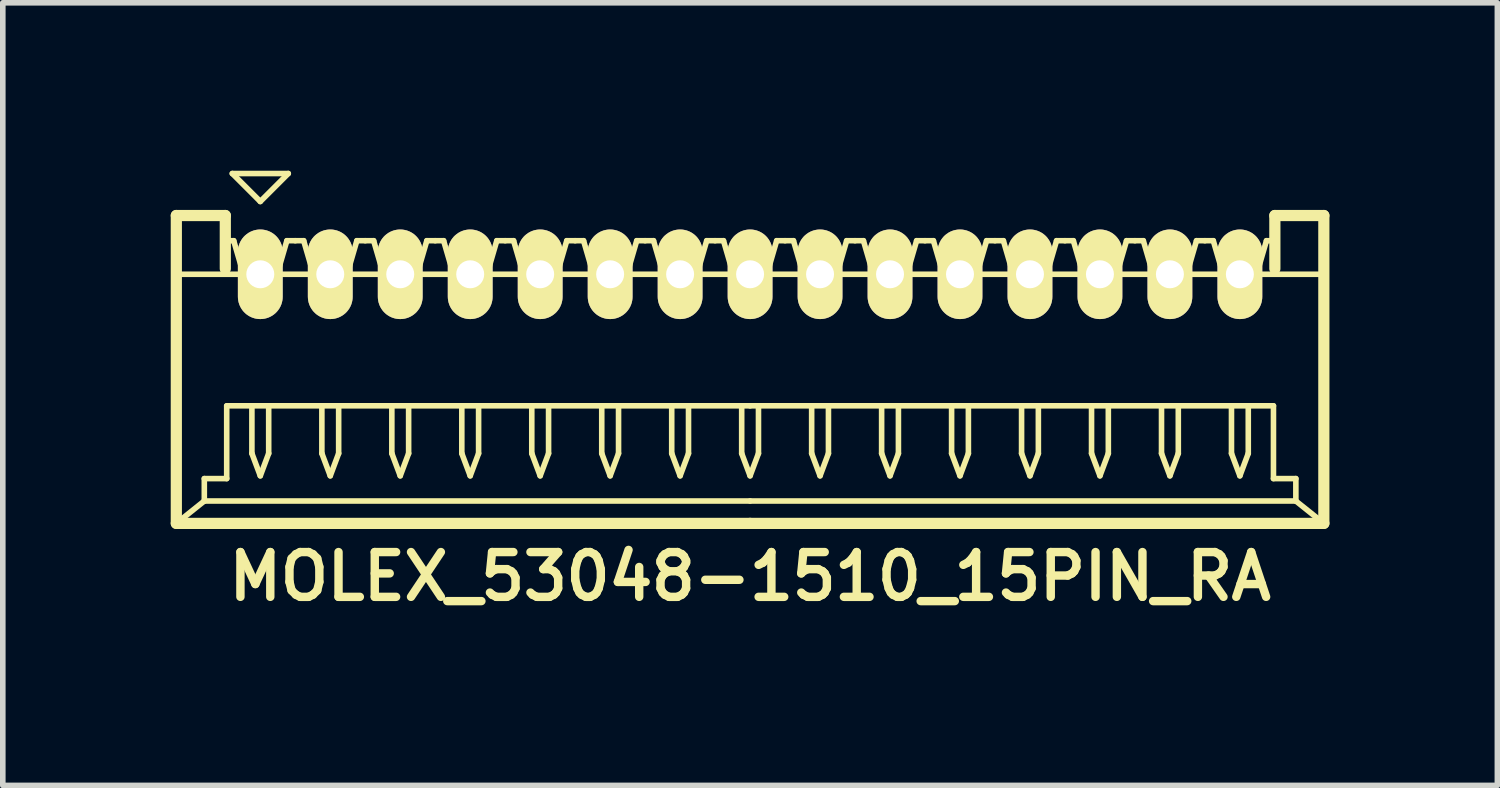
<source format=kicad_pcb>
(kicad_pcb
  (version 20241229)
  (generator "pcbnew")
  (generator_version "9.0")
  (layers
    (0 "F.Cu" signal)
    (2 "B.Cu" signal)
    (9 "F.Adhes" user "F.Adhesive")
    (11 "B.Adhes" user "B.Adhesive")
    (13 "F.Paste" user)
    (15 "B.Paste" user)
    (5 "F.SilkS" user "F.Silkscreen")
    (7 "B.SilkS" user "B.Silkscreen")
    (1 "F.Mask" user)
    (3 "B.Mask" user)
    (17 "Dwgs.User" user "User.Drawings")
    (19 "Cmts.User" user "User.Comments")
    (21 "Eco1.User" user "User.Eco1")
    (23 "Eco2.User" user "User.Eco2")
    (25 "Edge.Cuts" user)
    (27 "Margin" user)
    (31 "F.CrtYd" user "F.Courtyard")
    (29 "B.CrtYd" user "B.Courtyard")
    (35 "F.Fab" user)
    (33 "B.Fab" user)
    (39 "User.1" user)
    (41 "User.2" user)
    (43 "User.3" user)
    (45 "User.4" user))
  (footprint "MOLEX_53048-1510_15PIN_RA"
    (layer "F.Cu")
    (at 10.35 3.55)
    (property "Reference" "MOLEX_53048-1510_15PIN_RA" (at 0 3.7 0) (layer "F.SilkS") (effects (font (size 0.8 0.8) (thickness 0.15))))
    (attr through_hole)
    (fp_line (start -10.25 -2.75) (end -9.375 -2.75) (stroke (width 0.2) (type solid)) (layer "F.SilkS"))
    (fp_line (start -10.25 -1.7) (end 10.25 -1.7) (stroke (width 0.1) (type solid)) (layer "F.SilkS"))
    (fp_line (start -10.25 2.75) (end -10.25 -2.75) (stroke (width 0.2) (type solid)) (layer "F.SilkS"))
    (fp_line (start -9.75 1.95) (end -9.75 2.35) (stroke (width 0.1) (type solid)) (layer "F.SilkS"))
    (fp_line (start -9.75 2.35) (end -10.25 2.75) (stroke (width 0.1) (type solid)) (layer "F.SilkS"))
    (fp_line (start -9.75 2.35) (end 0 2.35) (stroke (width 0.1) (type solid)) (layer "F.SilkS"))
    (fp_line (start -9.375 -2.75) (end -9.375 -1.8) (stroke (width 0.2) (type solid)) (layer "F.SilkS"))
    (fp_line (start -9.375 -2.3) (end -9.225 -2.3) (stroke (width 0.1) (type solid)) (layer "F.SilkS"))
    (fp_line (start -9.35 0.65) (end -9.35 1.95) (stroke (width 0.1) (type solid)) (layer "F.SilkS"))
    (fp_line (start -9.35 1.95) (end -9.75 1.95) (stroke (width 0.1) (type solid)) (layer "F.SilkS"))
    (fp_line (start -9.25 -3.5) (end -8.75 -3) (stroke (width 0.1) (type solid)) (layer "F.SilkS"))
    (fp_line (start -9.225 -2.3) (end -9.05 -1.7) (stroke (width 0.1) (type solid)) (layer "F.SilkS"))
    (fp_line (start -9.05 -1.7) (end -8.45 -1.7) (stroke (width 0.1) (type solid)) (layer "F.SilkS"))
    (fp_line (start -8.9 0.65) (end -8.9 1.5) (stroke (width 0.1) (type solid)) (layer "F.SilkS"))
    (fp_line (start -8.9 1.5) (end -8.75 1.9) (stroke (width 0.1) (type solid)) (layer "F.SilkS"))
    (fp_line (start -8.75 -3) (end -8.25 -3.5) (stroke (width 0.1) (type solid)) (layer "F.SilkS"))
    (fp_line (start -8.75 1.9) (end -8.6 1.5) (stroke (width 0.1) (type solid)) (layer "F.SilkS"))
    (fp_line (start -8.6 1.5) (end -8.6 0.65) (stroke (width 0.1) (type solid)) (layer "F.SilkS"))
    (fp_line (start -8.45 -1.7) (end -8.275 -2.3) (stroke (width 0.1) (type solid)) (layer "F.SilkS"))
    (fp_line (start -8.275 -2.3) (end -8.125 -2.3) (stroke (width 0.1) (type solid)) (layer "F.SilkS"))
    (fp_line (start -8.25 -3.5) (end -9.25 -3.5) (stroke (width 0.1) (type solid)) (layer "F.SilkS"))
    (fp_line (start -8.125 -2.3) (end -7.975 -2.3) (stroke (width 0.1) (type solid)) (layer "F.SilkS"))
    (fp_line (start -7.975 -2.3) (end -7.8 -1.7) (stroke (width 0.1) (type solid)) (layer "F.SilkS"))
    (fp_line (start -7.8 -1.7) (end -7.2 -1.7) (stroke (width 0.1) (type solid)) (layer "F.SilkS"))
    (fp_line (start -7.65 0.65) (end -7.65 1.5) (stroke (width 0.1) (type solid)) (layer "F.SilkS"))
    (fp_line (start -7.65 1.5) (end -7.5 1.9) (stroke (width 0.1) (type solid)) (layer "F.SilkS"))
    (fp_line (start -7.5 1.9) (end -7.35 1.5) (stroke (width 0.1) (type solid)) (layer "F.SilkS"))
    (fp_line (start -7.35 1.5) (end -7.35 0.65) (stroke (width 0.1) (type solid)) (layer "F.SilkS"))
    (fp_line (start -7.2 -1.7) (end -7.025 -2.3) (stroke (width 0.1) (type solid)) (layer "F.SilkS"))
    (fp_line (start -7.025 -2.3) (end -6.875 -2.3) (stroke (width 0.1) (type solid)) (layer "F.SilkS"))
    (fp_line (start -6.875 -2.3) (end -6.725 -2.3) (stroke (width 0.1) (type solid)) (layer "F.SilkS"))
    (fp_line (start -6.725 -2.3) (end -6.55 -1.7) (stroke (width 0.1) (type solid)) (layer "F.SilkS"))
    (fp_line (start -6.55 -1.7) (end -5.95 -1.7) (stroke (width 0.1) (type solid)) (layer "F.SilkS"))
    (fp_line (start -6.4 0.65) (end -6.4 1.5) (stroke (width 0.1) (type solid)) (layer "F.SilkS"))
    (fp_line (start -6.4 1.5) (end -6.25 1.9) (stroke (width 0.1) (type solid)) (layer "F.SilkS"))
    (fp_line (start -6.25 1.9) (end -6.1 1.5) (stroke (width 0.1) (type solid)) (layer "F.SilkS"))
    (fp_line (start -6.1 1.5) (end -6.1 0.65) (stroke (width 0.1) (type solid)) (layer "F.SilkS"))
    (fp_line (start -5.95 -1.7) (end -5.775 -2.3) (stroke (width 0.1) (type solid)) (layer "F.SilkS"))
    (fp_line (start -5.775 -2.3) (end -5.625 -2.3) (stroke (width 0.1) (type solid)) (layer "F.SilkS"))
    (fp_line (start -5.625 -2.3) (end -5.475 -2.3) (stroke (width 0.1) (type solid)) (layer "F.SilkS"))
    (fp_line (start -5.475 -2.3) (end -5.3 -1.7) (stroke (width 0.1) (type solid)) (layer "F.SilkS"))
    (fp_line (start -5.3 -1.7) (end -4.7 -1.7) (stroke (width 0.1) (type solid)) (layer "F.SilkS"))
    (fp_line (start -5.15 0.65) (end -5.15 1.5) (stroke (width 0.1) (type solid)) (layer "F.SilkS"))
    (fp_line (start -5.15 1.5) (end -5 1.9) (stroke (width 0.1) (type solid)) (layer "F.SilkS"))
    (fp_line (start -5 1.9) (end -4.85 1.5) (stroke (width 0.1) (type solid)) (layer "F.SilkS"))
    (fp_line (start -4.85 1.5) (end -4.85 0.65) (stroke (width 0.1) (type solid)) (layer "F.SilkS"))
    (fp_line (start -4.7 -1.7) (end -4.525 -2.3) (stroke (width 0.1) (type solid)) (layer "F.SilkS"))
    (fp_line (start -4.525 -2.3) (end -4.375 -2.3) (stroke (width 0.1) (type solid)) (layer "F.SilkS"))
    (fp_line (start -4.375 -2.3) (end -4.225 -2.3) (stroke (width 0.1) (type solid)) (layer "F.SilkS"))
    (fp_line (start -4.225 -2.3) (end -4.05 -1.7) (stroke (width 0.1) (type solid)) (layer "F.SilkS"))
    (fp_line (start -4.05 -1.7) (end -3.45 -1.7) (stroke (width 0.1) (type solid)) (layer "F.SilkS"))
    (fp_line (start -3.9 0.65) (end -3.9 1.5) (stroke (width 0.1) (type solid)) (layer "F.SilkS"))
    (fp_line (start -3.9 1.5) (end -3.75 1.9) (stroke (width 0.1) (type solid)) (layer "F.SilkS"))
    (fp_line (start -3.75 1.9) (end -3.6 1.5) (stroke (width 0.1) (type solid)) (layer "F.SilkS"))
    (fp_line (start -3.6 1.5) (end -3.6 0.65) (stroke (width 0.1) (type solid)) (layer "F.SilkS"))
    (fp_line (start -3.45 -1.7) (end -3.275 -2.3) (stroke (width 0.1) (type solid)) (layer "F.SilkS"))
    (fp_line (start -3.275 -2.3) (end -3.125 -2.3) (stroke (width 0.1) (type solid)) (layer "F.SilkS"))
    (fp_line (start -3.125 -2.3) (end -2.975 -2.3) (stroke (width 0.1) (type solid)) (layer "F.SilkS"))
    (fp_line (start -2.975 -2.3) (end -2.8 -1.7) (stroke (width 0.1) (type solid)) (layer "F.SilkS"))
    (fp_line (start -2.8 -1.7) (end -2.2 -1.7) (stroke (width 0.1) (type solid)) (layer "F.SilkS"))
    (fp_line (start -2.65 0.65) (end -2.65 1.5) (stroke (width 0.1) (type solid)) (layer "F.SilkS"))
    (fp_line (start -2.65 1.5) (end -2.5 1.9) (stroke (width 0.1) (type solid)) (layer "F.SilkS"))
    (fp_line (start -2.5 1.9) (end -2.35 1.5) (stroke (width 0.1) (type solid)) (layer "F.SilkS"))
    (fp_line (start -2.35 1.5) (end -2.35 0.65) (stroke (width 0.1) (type solid)) (layer "F.SilkS"))
    (fp_line (start -2.2 -1.7) (end -2.025 -2.3) (stroke (width 0.1) (type solid)) (layer "F.SilkS"))
    (fp_line (start -2.025 -2.3) (end -1.875 -2.3) (stroke (width 0.1) (type solid)) (layer "F.SilkS"))
    (fp_line (start -1.875 -2.3) (end -1.725 -2.3) (stroke (width 0.1) (type solid)) (layer "F.SilkS"))
    (fp_line (start -1.725 -2.3) (end -1.55 -1.7) (stroke (width 0.1) (type solid)) (layer "F.SilkS"))
    (fp_line (start -1.55 -1.7) (end -0.95 -1.7) (stroke (width 0.1) (type solid)) (layer "F.SilkS"))
    (fp_line (start -1.4 0.65) (end -1.4 1.5) (stroke (width 0.1) (type solid)) (layer "F.SilkS"))
    (fp_line (start -1.4 1.5) (end -1.25 1.9) (stroke (width 0.1) (type solid)) (layer "F.SilkS"))
    (fp_line (start -1.25 1.9) (end -1.1 1.5) (stroke (width 0.1) (type solid)) (layer "F.SilkS"))
    (fp_line (start -1.1 1.5) (end -1.1 0.65) (stroke (width 0.1) (type solid)) (layer "F.SilkS"))
    (fp_line (start -0.95 -1.7) (end -0.775 -2.3) (stroke (width 0.1) (type solid)) (layer "F.SilkS"))
    (fp_line (start -0.775 -2.3) (end -0.625 -2.3) (stroke (width 0.1) (type solid)) (layer "F.SilkS"))
    (fp_line (start -0.625 -2.3) (end -0.475 -2.3) (stroke (width 0.1) (type solid)) (layer "F.SilkS"))
    (fp_line (start -0.475 -2.3) (end -0.3 -1.7) (stroke (width 0.1) (type solid)) (layer "F.SilkS"))
    (fp_line (start -0.3 -1.7) (end 0.3 -1.7) (stroke (width 0.1) (type solid)) (layer "F.SilkS"))
    (fp_line (start -0.15 0.65) (end -0.15 1.5) (stroke (width 0.1) (type solid)) (layer "F.SilkS"))
    (fp_line (start -0.15 1.5) (end 0 1.9) (stroke (width 0.1) (type solid)) (layer "F.SilkS"))
    (fp_line (start 0 0.65) (end -9.35 0.65) (stroke (width 0.1) (type solid)) (layer "F.SilkS"))
    (fp_line (start 0 0.65) (end 9.35 0.65) (stroke (width 0.1) (type solid)) (layer "F.SilkS"))
    (fp_line (start 0 1.9) (end 0.15 1.5) (stroke (width 0.1) (type solid)) (layer "F.SilkS"))
    (fp_line (start 0 2.75) (end -10.25 2.75) (stroke (width 0.2) (type solid)) (layer "F.SilkS"))
    (fp_line (start 0 2.75) (end 10.25 2.75) (stroke (width 0.2) (type solid)) (layer "F.SilkS"))
    (fp_line (start 0.15 1.5) (end 0.15 0.65) (stroke (width 0.1) (type solid)) (layer "F.SilkS"))
    (fp_line (start 0.3 -1.7) (end 0.475 -2.3) (stroke (width 0.1) (type solid)) (layer "F.SilkS"))
    (fp_line (start 0.475 -2.3) (end 0.625 -2.3) (stroke (width 0.1) (type solid)) (layer "F.SilkS"))
    (fp_line (start 0.625 -2.3) (end 0.775 -2.3) (stroke (width 0.1) (type solid)) (layer "F.SilkS"))
    (fp_line (start 0.775 -2.3) (end 0.95 -1.7) (stroke (width 0.1) (type solid)) (layer "F.SilkS"))
    (fp_line (start 0.95 -1.7) (end 1.55 -1.7) (stroke (width 0.1) (type solid)) (layer "F.SilkS"))
    (fp_line (start 1.1 0.65) (end 1.1 1.5) (stroke (width 0.1) (type solid)) (layer "F.SilkS"))
    (fp_line (start 1.1 1.5) (end 1.25 1.9) (stroke (width 0.1) (type solid)) (layer "F.SilkS"))
    (fp_line (start 1.25 1.9) (end 1.4 1.5) (stroke (width 0.1) (type solid)) (layer "F.SilkS"))
    (fp_line (start 1.4 1.5) (end 1.4 0.65) (stroke (width 0.1) (type solid)) (layer "F.SilkS"))
    (fp_line (start 1.55 -1.7) (end 1.725 -2.3) (stroke (width 0.1) (type solid)) (layer "F.SilkS"))
    (fp_line (start 1.725 -2.3) (end 1.875 -2.3) (stroke (width 0.1) (type solid)) (layer "F.SilkS"))
    (fp_line (start 1.875 -2.3) (end 2.025 -2.3) (stroke (width 0.1) (type solid)) (layer "F.SilkS"))
    (fp_line (start 2.025 -2.3) (end 2.2 -1.7) (stroke (width 0.1) (type solid)) (layer "F.SilkS"))
    (fp_line (start 2.2 -1.7) (end 2.8 -1.7) (stroke (width 0.1) (type solid)) (layer "F.SilkS"))
    (fp_line (start 2.35 0.65) (end 2.35 1.5) (stroke (width 0.1) (type solid)) (layer "F.SilkS"))
    (fp_line (start 2.35 1.5) (end 2.5 1.9) (stroke (width 0.1) (type solid)) (layer "F.SilkS"))
    (fp_line (start 2.5 1.9) (end 2.65 1.5) (stroke (width 0.1) (type solid)) (layer "F.SilkS"))
    (fp_line (start 2.65 1.5) (end 2.65 0.65) (stroke (width 0.1) (type solid)) (layer "F.SilkS"))
    (fp_line (start 2.8 -1.7) (end 2.975 -2.3) (stroke (width 0.1) (type solid)) (layer "F.SilkS"))
    (fp_line (start 2.975 -2.3) (end 3.125 -2.3) (stroke (width 0.1) (type solid)) (layer "F.SilkS"))
    (fp_line (start 3.125 -2.3) (end 3.275 -2.3) (stroke (width 0.1) (type solid)) (layer "F.SilkS"))
    (fp_line (start 3.275 -2.3) (end 3.45 -1.7) (stroke (width 0.1) (type solid)) (layer "F.SilkS"))
    (fp_line (start 3.45 -1.7) (end 4.05 -1.7) (stroke (width 0.1) (type solid)) (layer "F.SilkS"))
    (fp_line (start 3.6 0.65) (end 3.6 1.5) (stroke (width 0.1) (type solid)) (layer "F.SilkS"))
    (fp_line (start 3.6 1.5) (end 3.75 1.9) (stroke (width 0.1) (type solid)) (layer "F.SilkS"))
    (fp_line (start 3.75 1.9) (end 3.9 1.5) (stroke (width 0.1) (type solid)) (layer "F.SilkS"))
    (fp_line (start 3.9 1.5) (end 3.9 0.65) (stroke (width 0.1) (type solid)) (layer "F.SilkS"))
    (fp_line (start 4.05 -1.7) (end 4.225 -2.3) (stroke (width 0.1) (type solid)) (layer "F.SilkS"))
    (fp_line (start 4.225 -2.3) (end 4.375 -2.3) (stroke (width 0.1) (type solid)) (layer "F.SilkS"))
    (fp_line (start 4.375 -2.3) (end 4.525 -2.3) (stroke (width 0.1) (type solid)) (layer "F.SilkS"))
    (fp_line (start 4.525 -2.3) (end 4.7 -1.7) (stroke (width 0.1) (type solid)) (layer "F.SilkS"))
    (fp_line (start 4.7 -1.7) (end 5.3 -1.7) (stroke (width 0.1) (type solid)) (layer "F.SilkS"))
    (fp_line (start 4.85 0.65) (end 4.85 1.5) (stroke (width 0.1) (type solid)) (layer "F.SilkS"))
    (fp_line (start 4.85 1.5) (end 5 1.9) (stroke (width 0.1) (type solid)) (layer "F.SilkS"))
    (fp_line (start 5 1.9) (end 5.15 1.5) (stroke (width 0.1) (type solid)) (layer "F.SilkS"))
    (fp_line (start 5.15 1.5) (end 5.15 0.65) (stroke (width 0.1) (type solid)) (layer "F.SilkS"))
    (fp_line (start 5.3 -1.7) (end 5.475 -2.3) (stroke (width 0.1) (type solid)) (layer "F.SilkS"))
    (fp_line (start 5.475 -2.3) (end 5.625 -2.3) (stroke (width 0.1) (type solid)) (layer "F.SilkS"))
    (fp_line (start 5.625 -2.3) (end 5.775 -2.3) (stroke (width 0.1) (type solid)) (layer "F.SilkS"))
    (fp_line (start 5.775 -2.3) (end 5.95 -1.7) (stroke (width 0.1) (type solid)) (layer "F.SilkS"))
    (fp_line (start 5.95 -1.7) (end 6.55 -1.7) (stroke (width 0.1) (type solid)) (layer "F.SilkS"))
    (fp_line (start 6.1 0.65) (end 6.1 1.5) (stroke (width 0.1) (type solid)) (layer "F.SilkS"))
    (fp_line (start 6.1 1.5) (end 6.25 1.9) (stroke (width 0.1) (type solid)) (layer "F.SilkS"))
    (fp_line (start 6.25 1.9) (end 6.4 1.5) (stroke (width 0.1) (type solid)) (layer "F.SilkS"))
    (fp_line (start 6.4 1.5) (end 6.4 0.65) (stroke (width 0.1) (type solid)) (layer "F.SilkS"))
    (fp_line (start 6.55 -1.7) (end 6.725 -2.3) (stroke (width 0.1) (type solid)) (layer "F.SilkS"))
    (fp_line (start 6.725 -2.3) (end 6.875 -2.3) (stroke (width 0.1) (type solid)) (layer "F.SilkS"))
    (fp_line (start 6.875 -2.3) (end 7.025 -2.3) (stroke (width 0.1) (type solid)) (layer "F.SilkS"))
    (fp_line (start 7.025 -2.3) (end 7.2 -1.7) (stroke (width 0.1) (type solid)) (layer "F.SilkS"))
    (fp_line (start 7.2 -1.7) (end 7.8 -1.7) (stroke (width 0.1) (type solid)) (layer "F.SilkS"))
    (fp_line (start 7.35 0.65) (end 7.35 1.5) (stroke (width 0.1) (type solid)) (layer "F.SilkS"))
    (fp_line (start 7.35 1.5) (end 7.5 1.9) (stroke (width 0.1) (type solid)) (layer "F.SilkS"))
    (fp_line (start 7.5 1.9) (end 7.65 1.5) (stroke (width 0.1) (type solid)) (layer "F.SilkS"))
    (fp_line (start 7.65 1.5) (end 7.65 0.65) (stroke (width 0.1) (type solid)) (layer "F.SilkS"))
    (fp_line (start 7.8 -1.7) (end 7.975 -2.3) (stroke (width 0.1) (type solid)) (layer "F.SilkS"))
    (fp_line (start 7.975 -2.3) (end 8.125 -2.3) (stroke (width 0.1) (type solid)) (layer "F.SilkS"))
    (fp_line (start 8.125 -2.3) (end 8.275 -2.3) (stroke (width 0.1) (type solid)) (layer "F.SilkS"))
    (fp_line (start 8.275 -2.3) (end 8.45 -1.7) (stroke (width 0.1) (type solid)) (layer "F.SilkS"))
    (fp_line (start 8.45 -1.7) (end 9.05 -1.7) (stroke (width 0.1) (type solid)) (layer "F.SilkS"))
    (fp_line (start 8.6 0.65) (end 8.6 1.5) (stroke (width 0.1) (type solid)) (layer "F.SilkS"))
    (fp_line (start 8.6 1.5) (end 8.75 1.9) (stroke (width 0.1) (type solid)) (layer "F.SilkS"))
    (fp_line (start 8.75 1.9) (end 8.9 1.5) (stroke (width 0.1) (type solid)) (layer "F.SilkS"))
    (fp_line (start 8.9 1.5) (end 8.9 0.65) (stroke (width 0.1) (type solid)) (layer "F.SilkS"))
    (fp_line (start 9.05 -1.7) (end 9.225 -2.3) (stroke (width 0.1) (type solid)) (layer "F.SilkS"))
    (fp_line (start 9.225 -2.3) (end 9.375 -2.3) (stroke (width 0.1) (type solid)) (layer "F.SilkS"))
    (fp_line (start 9.35 0.65) (end 9.35 1.95) (stroke (width 0.1) (type solid)) (layer "F.SilkS"))
    (fp_line (start 9.35 1.95) (end 9.75 1.95) (stroke (width 0.1) (type solid)) (layer "F.SilkS"))
    (fp_line (start 9.375 -2.75) (end 9.375 -1.8) (stroke (width 0.2) (type solid)) (layer "F.SilkS"))
    (fp_line (start 9.75 1.95) (end 9.75 2.35) (stroke (width 0.1) (type solid)) (layer "F.SilkS"))
    (fp_line (start 9.75 2.35) (end 0 2.35) (stroke (width 0.1) (type solid)) (layer "F.SilkS"))
    (fp_line (start 9.75 2.35) (end 10.25 2.75) (stroke (width 0.1) (type solid)) (layer "F.SilkS"))
    (fp_line (start 10.25 -2.75) (end 9.375 -2.75) (stroke (width 0.2) (type solid)) (layer "F.SilkS"))
    (fp_line (start 10.25 2.75) (end 10.25 -2.75) (stroke (width 0.2) (type solid)) (layer "F.SilkS"))
    (pad "1" thru_hole oval (at -8.75 -1.7) (size 0.8 1.6) (drill 0.5) (layers "*.Cu" "*.Mask" "F.SilkS"))
    (pad "2" thru_hole oval (at -7.5 -1.7) (size 0.8 1.6) (drill 0.5) (layers "*.Cu" "*.Mask" "F.SilkS"))
    (pad "3" thru_hole oval (at -6.25 -1.7) (size 0.8 1.6) (drill 0.5) (layers "*.Cu" "*.Mask" "F.SilkS"))
    (pad "4" thru_hole oval (at -5 -1.7) (size 0.8 1.6) (drill 0.5) (layers "*.Cu" "*.Mask" "F.SilkS"))
    (pad "5" thru_hole oval (at -3.75 -1.7) (size 0.8 1.6) (drill 0.5) (layers "*.Cu" "*.Mask" "F.SilkS"))
    (pad "6" thru_hole oval (at -2.5 -1.7) (size 0.8 1.6) (drill 0.5) (layers "*.Cu" "*.Mask" "F.SilkS"))
    (pad "7" thru_hole oval (at -1.25 -1.7) (size 0.8 1.6) (drill 0.5) (layers "*.Cu" "*.Mask" "F.SilkS"))
    (pad "8" thru_hole oval (at 0 -1.7) (size 0.8 1.6) (drill 0.5) (layers "*.Cu" "*.Mask" "F.SilkS"))
    (pad "9" thru_hole oval (at 1.25 -1.7) (size 0.8 1.6) (drill 0.5) (layers "*.Cu" "*.Mask" "F.SilkS"))
    (pad "10" thru_hole oval (at 2.5 -1.7) (size 0.8 1.6) (drill 0.5) (layers "*.Cu" "*.Mask" "F.SilkS"))
    (pad "11" thru_hole oval (at 3.75 -1.7) (size 0.8 1.6) (drill 0.5) (layers "*.Cu" "*.Mask" "F.SilkS"))
    (pad "12" thru_hole oval (at 5 -1.7) (size 0.8 1.6) (drill 0.5) (layers "*.Cu" "*.Mask" "F.SilkS"))
    (pad "13" thru_hole oval (at 6.25 -1.7) (size 0.8 1.6) (drill 0.5) (layers "*.Cu" "*.Mask" "F.SilkS"))
    (pad "14" thru_hole oval (at 7.5 -1.7) (size 0.8 1.6) (drill 0.5) (layers "*.Cu" "*.Mask" "F.SilkS"))
    (pad "15" thru_hole oval (at 8.75 -1.7) (size 0.8 1.6) (drill 0.5) (layers "*.Cu" "*.Mask" "F.SilkS")))
  (gr_rect
    (start -3 -3)
    (end 23.7 10.981)
    (stroke (width 0.1) (type default))
    (fill no)
    (layer "Edge.Cuts")))
</source>
